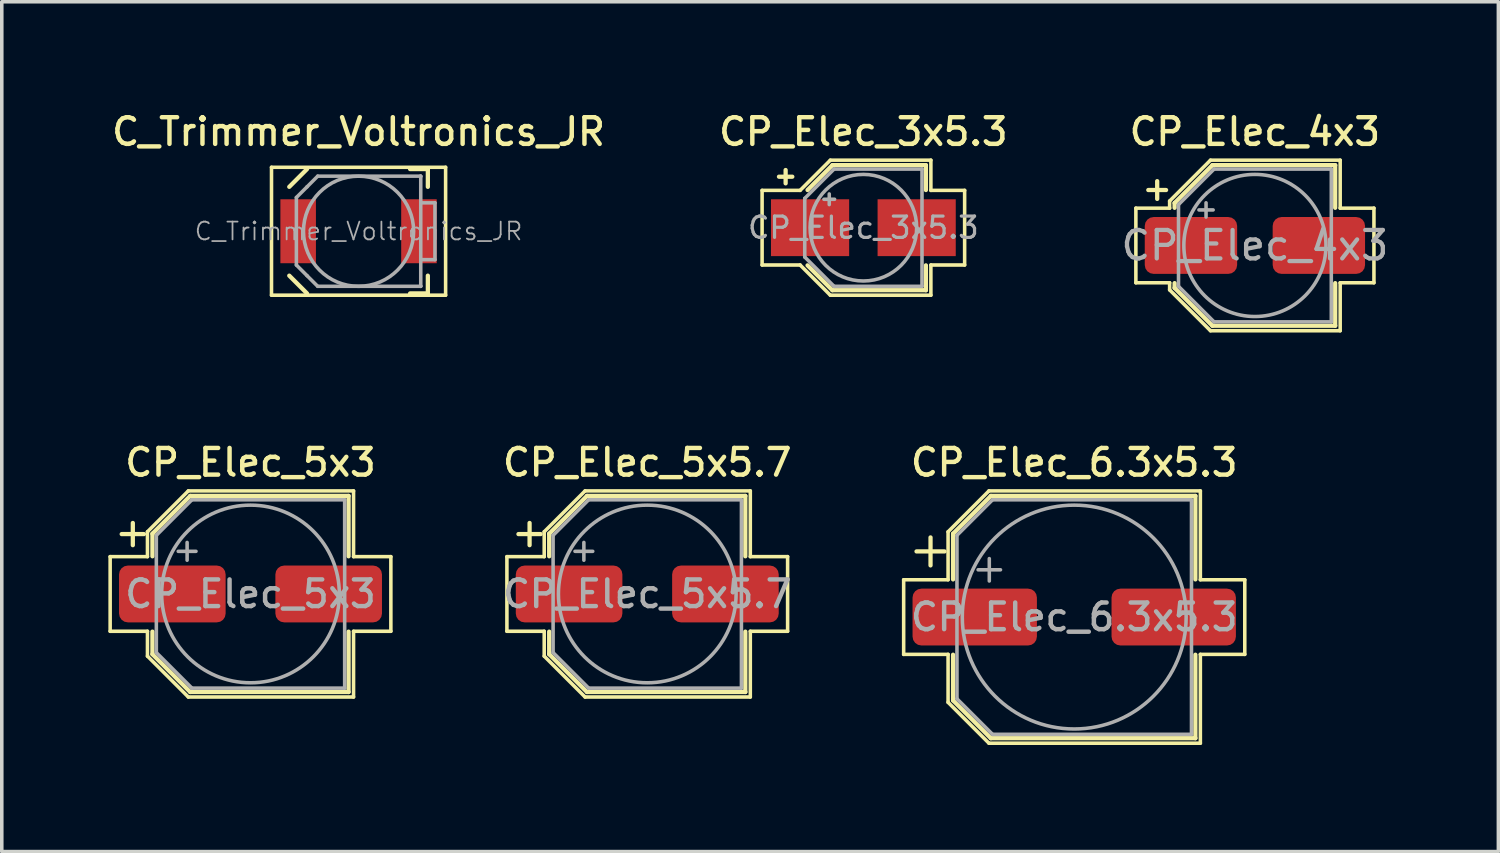
<source format=kicad_pcb>
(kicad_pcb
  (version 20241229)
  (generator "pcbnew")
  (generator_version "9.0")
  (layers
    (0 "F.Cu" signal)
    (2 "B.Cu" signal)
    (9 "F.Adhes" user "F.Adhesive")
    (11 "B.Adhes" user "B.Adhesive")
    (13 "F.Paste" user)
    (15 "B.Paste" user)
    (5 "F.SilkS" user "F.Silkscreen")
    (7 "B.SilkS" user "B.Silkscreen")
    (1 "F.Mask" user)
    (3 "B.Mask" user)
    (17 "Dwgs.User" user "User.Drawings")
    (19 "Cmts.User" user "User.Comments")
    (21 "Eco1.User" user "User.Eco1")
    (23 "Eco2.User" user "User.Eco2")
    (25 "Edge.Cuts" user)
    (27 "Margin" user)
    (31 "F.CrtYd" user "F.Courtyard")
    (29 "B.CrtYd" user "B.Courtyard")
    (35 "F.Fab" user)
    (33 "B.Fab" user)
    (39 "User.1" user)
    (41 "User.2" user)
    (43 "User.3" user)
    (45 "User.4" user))
  (footprint "CP_Elec_6.3x5.3"
    (layer "F.Cu")
    (at 27.182 14.316)
    (property "Reference" "CP_Elec_6.3x5.3" (at 0 -4.35 0) (layer "F.SilkS") (effects (font (size 0.75 0.75) (thickness 0.125))))
    (attr smd)
    (fp_line (start -4.8 -1.05) (end -4.8 1.05) (stroke (width 0.1) (type solid)) (layer "F.SilkS"))
    (fp_line (start -4.8 1.05) (end -3.55 1.05) (stroke (width 0.1) (type solid)) (layer "F.SilkS"))
    (fp_line (start -4.438 -1.847) (end -3.65 -1.847) (stroke (width 0.12) (type solid)) (layer "F.SilkS"))
    (fp_line (start -4.044 -2.241) (end -4.044 -1.454) (stroke (width 0.12) (type solid)) (layer "F.SilkS"))
    (fp_line (start -3.55 -2.4) (end -3.55 -1.05) (stroke (width 0.1) (type solid)) (layer "F.SilkS"))
    (fp_line (start -3.55 -2.4) (end -2.4 -3.55) (stroke (width 0.1) (type solid)) (layer "F.SilkS"))
    (fp_line (start -3.55 -1.05) (end -4.8 -1.05) (stroke (width 0.1) (type solid)) (layer "F.SilkS"))
    (fp_line (start -3.55 1.05) (end -3.55 2.4) (stroke (width 0.1) (type solid)) (layer "F.SilkS"))
    (fp_line (start -3.55 2.4) (end -2.4 3.55) (stroke (width 0.1) (type solid)) (layer "F.SilkS"))
    (fp_line (start -3.41 -2.346) (end -3.41 -1.06) (stroke (width 0.12) (type solid)) (layer "F.SilkS"))
    (fp_line (start -3.41 -2.346) (end -2.346 -3.41) (stroke (width 0.12) (type solid)) (layer "F.SilkS"))
    (fp_line (start -3.41 2.346) (end -3.41 1.06) (stroke (width 0.12) (type solid)) (layer "F.SilkS"))
    (fp_line (start -3.41 2.346) (end -2.346 3.41) (stroke (width 0.12) (type solid)) (layer "F.SilkS"))
    (fp_line (start -2.4 -3.55) (end 3.55 -3.55) (stroke (width 0.1) (type solid)) (layer "F.SilkS"))
    (fp_line (start -2.4 3.55) (end 3.55 3.55) (stroke (width 0.1) (type solid)) (layer "F.SilkS"))
    (fp_line (start -2.346 -3.41) (end 3.41 -3.41) (stroke (width 0.12) (type solid)) (layer "F.SilkS"))
    (fp_line (start -2.346 3.41) (end 3.41 3.41) (stroke (width 0.12) (type solid)) (layer "F.SilkS"))
    (fp_line (start 3.41 -3.41) (end 3.41 -1.06) (stroke (width 0.12) (type solid)) (layer "F.SilkS"))
    (fp_line (start 3.41 3.41) (end 3.41 1.06) (stroke (width 0.12) (type solid)) (layer "F.SilkS"))
    (fp_line (start 3.55 -3.55) (end 3.55 -1.05) (stroke (width 0.1) (type solid)) (layer "F.SilkS"))
    (fp_line (start 3.55 -1.05) (end 4.8 -1.05) (stroke (width 0.1) (type solid)) (layer "F.SilkS"))
    (fp_line (start 3.55 1.05) (end 3.55 3.55) (stroke (width 0.1) (type solid)) (layer "F.SilkS"))
    (fp_line (start 4.8 -1.05) (end 4.8 1.05) (stroke (width 0.1) (type solid)) (layer "F.SilkS"))
    (fp_line (start 4.8 1.05) (end 3.55 1.05) (stroke (width 0.1) (type solid)) (layer "F.SilkS"))
    (fp_line (start -3.3 -2.3) (end -3.3 2.3) (stroke (width 0.1) (type solid)) (layer "F.Fab"))
    (fp_line (start -3.3 -2.3) (end -2.3 -3.3) (stroke (width 0.1) (type solid)) (layer "F.Fab"))
    (fp_line (start -3.3 2.3) (end -2.3 3.3) (stroke (width 0.1) (type solid)) (layer "F.Fab"))
    (fp_line (start -2.705 -1.33) (end -2.075 -1.33) (stroke (width 0.1) (type solid)) (layer "F.Fab"))
    (fp_line (start -2.39 -1.645) (end -2.39 -1.015) (stroke (width 0.1) (type solid)) (layer "F.Fab"))
    (fp_line (start -2.3 -3.3) (end 3.3 -3.3) (stroke (width 0.1) (type solid)) (layer "F.Fab"))
    (fp_line (start -2.3 3.3) (end 3.3 3.3) (stroke (width 0.1) (type solid)) (layer "F.Fab"))
    (fp_line (start 3.3 -3.3) (end 3.3 3.3) (stroke (width 0.1) (type solid)) (layer "F.Fab"))
    (fp_circle (center 0 0) (end 3.15 0) (stroke (width 0.1) (type solid)) (fill no) (layer "F.Fab"))
    (fp_text user "${REFERENCE}" (at 0 0 0) (layer "F.Fab") (effects (font (size 0.75 0.75) (thickness 0.125))))
    (pad "1" smd roundrect (at -2.8 0) (size 3.5 1.6) (layers "F.Cu" "F.Mask" "F.Paste") (roundrect_rratio 0.156))
    (pad "2" smd roundrect (at 2.8 0) (size 3.5 1.6) (layers "F.Cu" "F.Mask" "F.Paste") (roundrect_rratio 0.156)))
  (footprint "CP_Elec_4x3"
    (layer "F.Cu")
    (at 32.267 3.858)
    (property "Reference" "CP_Elec_4x3" (at 0 -3.2 0) (layer "F.SilkS") (effects (font (size 0.75 0.75) (thickness 0.125))))
    (attr smd)
    (fp_line (start -3.35 -1.05) (end -3.35 1.05) (stroke (width 0.1) (type solid)) (layer "F.SilkS"))
    (fp_line (start -3.35 1.05) (end -2.4 1.05) (stroke (width 0.1) (type solid)) (layer "F.SilkS"))
    (fp_line (start -3 -1.56) (end -2.5 -1.56) (stroke (width 0.12) (type solid)) (layer "F.SilkS"))
    (fp_line (start -2.75 -1.81) (end -2.75 -1.31) (stroke (width 0.12) (type solid)) (layer "F.SilkS"))
    (fp_line (start -2.4 -1.25) (end -2.4 -1.05) (stroke (width 0.1) (type solid)) (layer "F.SilkS"))
    (fp_line (start -2.4 -1.25) (end -1.25 -2.4) (stroke (width 0.1) (type solid)) (layer "F.SilkS"))
    (fp_line (start -2.4 -1.05) (end -3.35 -1.05) (stroke (width 0.1) (type solid)) (layer "F.SilkS"))
    (fp_line (start -2.4 1.05) (end -2.4 1.25) (stroke (width 0.1) (type solid)) (layer "F.SilkS"))
    (fp_line (start -2.4 1.25) (end -1.25 2.4) (stroke (width 0.1) (type solid)) (layer "F.SilkS"))
    (fp_line (start -2.26 -1.196) (end -2.26 -1.06) (stroke (width 0.12) (type solid)) (layer "F.SilkS"))
    (fp_line (start -2.26 -1.196) (end -1.196 -2.26) (stroke (width 0.12) (type solid)) (layer "F.SilkS"))
    (fp_line (start -2.26 1.196) (end -2.26 1.06) (stroke (width 0.12) (type solid)) (layer "F.SilkS"))
    (fp_line (start -2.26 1.196) (end -1.196 2.26) (stroke (width 0.12) (type solid)) (layer "F.SilkS"))
    (fp_line (start -1.25 -2.4) (end 2.4 -2.4) (stroke (width 0.1) (type solid)) (layer "F.SilkS"))
    (fp_line (start -1.25 2.4) (end 2.4 2.4) (stroke (width 0.1) (type solid)) (layer "F.SilkS"))
    (fp_line (start -1.196 -2.26) (end 2.26 -2.26) (stroke (width 0.12) (type solid)) (layer "F.SilkS"))
    (fp_line (start -1.196 2.26) (end 2.26 2.26) (stroke (width 0.12) (type solid)) (layer "F.SilkS"))
    (fp_line (start 2.26 -2.26) (end 2.26 -1.06) (stroke (width 0.12) (type solid)) (layer "F.SilkS"))
    (fp_line (start 2.26 2.26) (end 2.26 1.06) (stroke (width 0.12) (type solid)) (layer "F.SilkS"))
    (fp_line (start 2.4 -2.4) (end 2.4 -1.05) (stroke (width 0.1) (type solid)) (layer "F.SilkS"))
    (fp_line (start 2.4 -1.05) (end 3.35 -1.05) (stroke (width 0.1) (type solid)) (layer "F.SilkS"))
    (fp_line (start 2.4 1.05) (end 2.4 2.4) (stroke (width 0.1) (type solid)) (layer "F.SilkS"))
    (fp_line (start 3.35 -1.05) (end 3.35 1.05) (stroke (width 0.1) (type solid)) (layer "F.SilkS"))
    (fp_line (start 3.35 1.05) (end 2.4 1.05) (stroke (width 0.1) (type solid)) (layer "F.SilkS"))
    (fp_line (start -2.15 -1.15) (end -2.15 1.15) (stroke (width 0.1) (type solid)) (layer "F.Fab"))
    (fp_line (start -2.15 -1.15) (end -1.15 -2.15) (stroke (width 0.1) (type solid)) (layer "F.Fab"))
    (fp_line (start -2.15 1.15) (end -1.15 2.15) (stroke (width 0.1) (type solid)) (layer "F.Fab"))
    (fp_line (start -1.575 -1) (end -1.175 -1) (stroke (width 0.1) (type solid)) (layer "F.Fab"))
    (fp_line (start -1.375 -1.2) (end -1.375 -0.8) (stroke (width 0.1) (type solid)) (layer "F.Fab"))
    (fp_line (start -1.15 -2.15) (end 2.15 -2.15) (stroke (width 0.1) (type solid)) (layer "F.Fab"))
    (fp_line (start -1.15 2.15) (end 2.15 2.15) (stroke (width 0.1) (type solid)) (layer "F.Fab"))
    (fp_line (start 2.15 -2.15) (end 2.15 2.15) (stroke (width 0.1) (type solid)) (layer "F.Fab"))
    (fp_circle (center 0 0) (end 2 0) (stroke (width 0.1) (type solid)) (fill no) (layer "F.Fab"))
    (fp_text user "${REFERENCE}" (at 0 0 0) (layer "F.Fab") (effects (font (size 0.8 0.8) (thickness 0.12))))
    (pad "1" smd roundrect (at -1.8 0) (size 2.6 1.6) (layers "F.Cu" "F.Mask" "F.Paste") (roundrect_rratio 0.156))
    (pad "2" smd roundrect (at 1.8 0) (size 2.6 1.6) (layers "F.Cu" "F.Mask" "F.Paste") (roundrect_rratio 0.156)))
  (footprint "CP_Elec_5x3"
    (layer "F.Cu")
    (at 4 13.666)
    (property "Reference" "CP_Elec_5x3" (at 0 -3.7 0) (layer "F.SilkS") (effects (font (size 0.75 0.75) (thickness 0.125))))
    (attr smd)
    (fp_line (start -3.95 -1.05) (end -3.95 1.05) (stroke (width 0.1) (type solid)) (layer "F.SilkS"))
    (fp_line (start -3.95 1.05) (end -2.9 1.05) (stroke (width 0.1) (type solid)) (layer "F.SilkS"))
    (fp_line (start -3.625 -1.685) (end -3 -1.685) (stroke (width 0.12) (type solid)) (layer "F.SilkS"))
    (fp_line (start -3.312 -1.998) (end -3.312 -1.373) (stroke (width 0.12) (type solid)) (layer "F.SilkS"))
    (fp_line (start -2.9 -1.75) (end -2.9 -1.05) (stroke (width 0.1) (type solid)) (layer "F.SilkS"))
    (fp_line (start -2.9 -1.75) (end -1.75 -2.9) (stroke (width 0.1) (type solid)) (layer "F.SilkS"))
    (fp_line (start -2.9 -1.05) (end -3.95 -1.05) (stroke (width 0.1) (type solid)) (layer "F.SilkS"))
    (fp_line (start -2.9 1.05) (end -2.9 1.75) (stroke (width 0.1) (type solid)) (layer "F.SilkS"))
    (fp_line (start -2.9 1.75) (end -1.75 2.9) (stroke (width 0.1) (type solid)) (layer "F.SilkS"))
    (fp_line (start -2.76 -1.696) (end -2.76 -1.06) (stroke (width 0.12) (type solid)) (layer "F.SilkS"))
    (fp_line (start -2.76 -1.696) (end -1.696 -2.76) (stroke (width 0.12) (type solid)) (layer "F.SilkS"))
    (fp_line (start -2.76 1.696) (end -2.76 1.06) (stroke (width 0.12) (type solid)) (layer "F.SilkS"))
    (fp_line (start -2.76 1.696) (end -1.696 2.76) (stroke (width 0.12) (type solid)) (layer "F.SilkS"))
    (fp_line (start -1.75 -2.9) (end 2.9 -2.9) (stroke (width 0.1) (type solid)) (layer "F.SilkS"))
    (fp_line (start -1.75 2.9) (end 2.9 2.9) (stroke (width 0.1) (type solid)) (layer "F.SilkS"))
    (fp_line (start -1.696 -2.76) (end 2.76 -2.76) (stroke (width 0.12) (type solid)) (layer "F.SilkS"))
    (fp_line (start -1.696 2.76) (end 2.76 2.76) (stroke (width 0.12) (type solid)) (layer "F.SilkS"))
    (fp_line (start 2.76 -2.76) (end 2.76 -1.06) (stroke (width 0.12) (type solid)) (layer "F.SilkS"))
    (fp_line (start 2.76 2.76) (end 2.76 1.06) (stroke (width 0.12) (type solid)) (layer "F.SilkS"))
    (fp_line (start 2.9 -2.9) (end 2.9 -1.05) (stroke (width 0.1) (type solid)) (layer "F.SilkS"))
    (fp_line (start 2.9 -1.05) (end 3.95 -1.05) (stroke (width 0.1) (type solid)) (layer "F.SilkS"))
    (fp_line (start 2.9 1.05) (end 2.9 2.9) (stroke (width 0.1) (type solid)) (layer "F.SilkS"))
    (fp_line (start 3.95 -1.05) (end 3.95 1.05) (stroke (width 0.1) (type solid)) (layer "F.SilkS"))
    (fp_line (start 3.95 1.05) (end 2.9 1.05) (stroke (width 0.1) (type solid)) (layer "F.SilkS"))
    (fp_line (start -2.65 -1.65) (end -2.65 1.65) (stroke (width 0.1) (type solid)) (layer "F.Fab"))
    (fp_line (start -2.65 -1.65) (end -1.65 -2.65) (stroke (width 0.1) (type solid)) (layer "F.Fab"))
    (fp_line (start -2.65 1.65) (end -1.65 2.65) (stroke (width 0.1) (type solid)) (layer "F.Fab"))
    (fp_line (start -2.034 -1.2) (end -1.534 -1.2) (stroke (width 0.1) (type solid)) (layer "F.Fab"))
    (fp_line (start -1.784 -1.45) (end -1.784 -0.95) (stroke (width 0.1) (type solid)) (layer "F.Fab"))
    (fp_line (start -1.65 -2.65) (end 2.65 -2.65) (stroke (width 0.1) (type solid)) (layer "F.Fab"))
    (fp_line (start -1.65 2.65) (end 2.65 2.65) (stroke (width 0.1) (type solid)) (layer "F.Fab"))
    (fp_line (start 2.65 -2.65) (end 2.65 2.65) (stroke (width 0.1) (type solid)) (layer "F.Fab"))
    (fp_circle (center 0 0) (end 2.5 0) (stroke (width 0.1) (type solid)) (fill no) (layer "F.Fab"))
    (fp_text user "${REFERENCE}" (at 0 0 0) (layer "F.Fab") (effects (font (size 0.75 0.75) (thickness 0.125))))
    (pad "1" smd roundrect (at -2.2 0) (size 3 1.6) (layers "F.Cu" "F.Mask" "F.Paste") (roundrect_rratio 0.156))
    (pad "2" smd roundrect (at 2.2 0) (size 3 1.6) (layers "F.Cu" "F.Mask" "F.Paste") (roundrect_rratio 0.156)))
  (footprint "CP_Elec_5x5.7"
    (layer "F.Cu")
    (at 15.166 13.666)
    (property "Reference" "CP_Elec_5x5.7" (at 0 -3.7 0) (layer "F.SilkS") (effects (font (size 0.75 0.75) (thickness 0.125))))
    (attr smd)
    (fp_line (start -3.95 -1.05) (end -3.95 1.05) (stroke (width 0.1) (type solid)) (layer "F.SilkS"))
    (fp_line (start -3.95 1.05) (end -2.9 1.05) (stroke (width 0.1) (type solid)) (layer "F.SilkS"))
    (fp_line (start -3.625 -1.685) (end -3 -1.685) (stroke (width 0.12) (type solid)) (layer "F.SilkS"))
    (fp_line (start -3.312 -1.998) (end -3.312 -1.373) (stroke (width 0.12) (type solid)) (layer "F.SilkS"))
    (fp_line (start -2.9 -1.75) (end -2.9 -1.05) (stroke (width 0.1) (type solid)) (layer "F.SilkS"))
    (fp_line (start -2.9 -1.75) (end -1.75 -2.9) (stroke (width 0.1) (type solid)) (layer "F.SilkS"))
    (fp_line (start -2.9 -1.05) (end -3.95 -1.05) (stroke (width 0.1) (type solid)) (layer "F.SilkS"))
    (fp_line (start -2.9 1.05) (end -2.9 1.75) (stroke (width 0.1) (type solid)) (layer "F.SilkS"))
    (fp_line (start -2.9 1.75) (end -1.75 2.9) (stroke (width 0.1) (type solid)) (layer "F.SilkS"))
    (fp_line (start -2.76 -1.696) (end -2.76 -1.06) (stroke (width 0.12) (type solid)) (layer "F.SilkS"))
    (fp_line (start -2.76 -1.696) (end -1.696 -2.76) (stroke (width 0.12) (type solid)) (layer "F.SilkS"))
    (fp_line (start -2.76 1.696) (end -2.76 1.06) (stroke (width 0.12) (type solid)) (layer "F.SilkS"))
    (fp_line (start -2.76 1.696) (end -1.696 2.76) (stroke (width 0.12) (type solid)) (layer "F.SilkS"))
    (fp_line (start -1.75 -2.9) (end 2.9 -2.9) (stroke (width 0.1) (type solid)) (layer "F.SilkS"))
    (fp_line (start -1.75 2.9) (end 2.9 2.9) (stroke (width 0.1) (type solid)) (layer "F.SilkS"))
    (fp_line (start -1.696 -2.76) (end 2.76 -2.76) (stroke (width 0.12) (type solid)) (layer "F.SilkS"))
    (fp_line (start -1.696 2.76) (end 2.76 2.76) (stroke (width 0.12) (type solid)) (layer "F.SilkS"))
    (fp_line (start 2.76 -2.76) (end 2.76 -1.06) (stroke (width 0.12) (type solid)) (layer "F.SilkS"))
    (fp_line (start 2.76 2.76) (end 2.76 1.06) (stroke (width 0.12) (type solid)) (layer "F.SilkS"))
    (fp_line (start 2.9 -2.9) (end 2.9 -1.05) (stroke (width 0.1) (type solid)) (layer "F.SilkS"))
    (fp_line (start 2.9 -1.05) (end 3.95 -1.05) (stroke (width 0.1) (type solid)) (layer "F.SilkS"))
    (fp_line (start 2.9 1.05) (end 2.9 2.9) (stroke (width 0.1) (type solid)) (layer "F.SilkS"))
    (fp_line (start 3.95 -1.05) (end 3.95 1.05) (stroke (width 0.1) (type solid)) (layer "F.SilkS"))
    (fp_line (start 3.95 1.05) (end 2.9 1.05) (stroke (width 0.1) (type solid)) (layer "F.SilkS"))
    (fp_line (start -2.65 -1.65) (end -2.65 1.65) (stroke (width 0.1) (type solid)) (layer "F.Fab"))
    (fp_line (start -2.65 -1.65) (end -1.65 -2.65) (stroke (width 0.1) (type solid)) (layer "F.Fab"))
    (fp_line (start -2.65 1.65) (end -1.65 2.65) (stroke (width 0.1) (type solid)) (layer "F.Fab"))
    (fp_line (start -2.034 -1.2) (end -1.534 -1.2) (stroke (width 0.1) (type solid)) (layer "F.Fab"))
    (fp_line (start -1.784 -1.45) (end -1.784 -0.95) (stroke (width 0.1) (type solid)) (layer "F.Fab"))
    (fp_line (start -1.65 -2.65) (end 2.65 -2.65) (stroke (width 0.1) (type solid)) (layer "F.Fab"))
    (fp_line (start -1.65 2.65) (end 2.65 2.65) (stroke (width 0.1) (type solid)) (layer "F.Fab"))
    (fp_line (start 2.65 -2.65) (end 2.65 2.65) (stroke (width 0.1) (type solid)) (layer "F.Fab"))
    (fp_circle (center 0 0) (end 2.5 0) (stroke (width 0.1) (type solid)) (fill no) (layer "F.Fab"))
    (fp_text user "${REFERENCE}" (at 0 0 0) (layer "F.Fab") (effects (font (size 0.75 0.75) (thickness 0.125))))
    (pad "1" smd roundrect (at -2.2 0) (size 3 1.6) (layers "F.Cu" "F.Mask" "F.Paste") (roundrect_rratio 0.156))
    (pad "2" smd roundrect (at 2.2 0) (size 3 1.6) (layers "F.Cu" "F.Mask" "F.Paste") (roundrect_rratio 0.156)))
  (footprint "CP_Elec_3x5.3"
    (layer "F.Cu")
    (at 21.248 3.358)
    (property "Reference" "CP_Elec_3x5.3" (at 0 -2.7 0) (layer "F.SilkS") (effects (font (size 0.75 0.75) (thickness 0.125))))
    (attr smd)
    (fp_line (start -2.85 -1.05) (end -2.85 1.05) (stroke (width 0.1) (type solid)) (layer "F.SilkS"))
    (fp_line (start -2.85 1.05) (end -1.78 1.05) (stroke (width 0.1) (type solid)) (layer "F.SilkS"))
    (fp_line (start -2.375 -1.435) (end -2 -1.435) (stroke (width 0.12) (type solid)) (layer "F.SilkS"))
    (fp_line (start -2.188 -1.623) (end -2.188 -1.248) (stroke (width 0.12) (type solid)) (layer "F.SilkS"))
    (fp_line (start -1.78 -1.05) (end -2.85 -1.05) (stroke (width 0.1) (type solid)) (layer "F.SilkS"))
    (fp_line (start -1.78 -1.05) (end -0.93 -1.9) (stroke (width 0.1) (type solid)) (layer "F.SilkS"))
    (fp_line (start -1.78 1.05) (end -0.93 1.9) (stroke (width 0.1) (type solid)) (layer "F.SilkS"))
    (fp_line (start -1.571 -1.06) (end -0.871 -1.76) (stroke (width 0.12) (type solid)) (layer "F.SilkS"))
    (fp_line (start -1.571 1.06) (end -0.871 1.76) (stroke (width 0.12) (type solid)) (layer "F.SilkS"))
    (fp_line (start -0.93 -1.9) (end 1.9 -1.9) (stroke (width 0.1) (type solid)) (layer "F.SilkS"))
    (fp_line (start -0.93 1.9) (end 1.9 1.9) (stroke (width 0.1) (type solid)) (layer "F.SilkS"))
    (fp_line (start -0.871 -1.76) (end 1.76 -1.76) (stroke (width 0.12) (type solid)) (layer "F.SilkS"))
    (fp_line (start -0.871 1.76) (end 1.76 1.76) (stroke (width 0.12) (type solid)) (layer "F.SilkS"))
    (fp_line (start 1.76 -1.76) (end 1.76 -1.06) (stroke (width 0.12) (type solid)) (layer "F.SilkS"))
    (fp_line (start 1.76 1.76) (end 1.76 1.06) (stroke (width 0.12) (type solid)) (layer "F.SilkS"))
    (fp_line (start 1.9 -1.9) (end 1.9 -1.05) (stroke (width 0.1) (type solid)) (layer "F.SilkS"))
    (fp_line (start 1.9 -1.05) (end 2.85 -1.05) (stroke (width 0.1) (type solid)) (layer "F.SilkS"))
    (fp_line (start 1.9 1.05) (end 1.9 1.9) (stroke (width 0.1) (type solid)) (layer "F.SilkS"))
    (fp_line (start 2.85 -1.05) (end 2.85 1.05) (stroke (width 0.1) (type solid)) (layer "F.SilkS"))
    (fp_line (start 2.85 1.05) (end 1.9 1.05) (stroke (width 0.1) (type solid)) (layer "F.SilkS"))
    (fp_line (start -1.65 -0.825) (end -1.65 0.825) (stroke (width 0.1) (type solid)) (layer "F.Fab"))
    (fp_line (start -1.65 -0.825) (end -0.825 -1.65) (stroke (width 0.1) (type solid)) (layer "F.Fab"))
    (fp_line (start -1.65 0.825) (end -0.825 1.65) (stroke (width 0.1) (type solid)) (layer "F.Fab"))
    (fp_line (start -1.11 -0.8) (end -0.81 -0.8) (stroke (width 0.1) (type solid)) (layer "F.Fab"))
    (fp_line (start -0.96 -0.95) (end -0.96 -0.65) (stroke (width 0.1) (type solid)) (layer "F.Fab"))
    (fp_line (start -0.825 -1.65) (end 1.65 -1.65) (stroke (width 0.1) (type solid)) (layer "F.Fab"))
    (fp_line (start -0.825 1.65) (end 1.65 1.65) (stroke (width 0.1) (type solid)) (layer "F.Fab"))
    (fp_line (start 1.65 -1.65) (end 1.65 1.65) (stroke (width 0.1) (type solid)) (layer "F.Fab"))
    (fp_circle (center 0 0) (end 1.5 0) (stroke (width 0.1) (type solid)) (fill no) (layer "F.Fab"))
    (fp_text user "${REFERENCE}" (at 0 0 0) (layer "F.Fab") (effects (font (size 0.6 0.6) (thickness 0.09))))
    (pad "1" smd rect (at -1.5 0) (size 2.2 1.6) (layers "F.Cu" "F.Mask" "F.Paste"))
    (pad "2" smd rect (at 1.5 0) (size 2.2 1.6) (layers "F.Cu" "F.Mask" "F.Paste")))
  (footprint "C_Trimmer_Voltronics_JR"
    (layer "F.Cu")
    (at 7.041 3.458)
    (property "Reference" "C_Trimmer_Voltronics_JR" (at 0 -2.8 0) (layer "F.SilkS") (effects (font (size 0.75 0.75) (thickness 0.125))))
    (attr smd)
    (fp_line (start -2.45 -1.8) (end -2.45 1.8) (stroke (width 0.1) (type solid)) (layer "F.SilkS"))
    (fp_line (start -2.45 1.8) (end 2.45 1.8) (stroke (width 0.1) (type solid)) (layer "F.SilkS"))
    (fp_line (start -1.95 -1.25) (end -1.45 -1.75) (stroke (width 0.12) (type solid)) (layer "F.SilkS"))
    (fp_line (start -1.95 1.25) (end -1.45 1.75) (stroke (width 0.12) (type solid)) (layer "F.SilkS"))
    (fp_line (start 1.95 -1.75) (end 1.45 -1.75) (stroke (width 0.12) (type solid)) (layer "F.SilkS"))
    (fp_line (start 1.95 -1.75) (end 1.95 -1.25) (stroke (width 0.12) (type solid)) (layer "F.SilkS"))
    (fp_line (start 1.95 1.75) (end 1.45 1.75) (stroke (width 0.12) (type solid)) (layer "F.SilkS"))
    (fp_line (start 1.95 1.75) (end 1.95 1.25) (stroke (width 0.12) (type solid)) (layer "F.SilkS"))
    (fp_line (start 2.45 -1.8) (end -2.45 -1.8) (stroke (width 0.1) (type solid)) (layer "F.SilkS"))
    (fp_line (start 2.45 1.8) (end 2.45 -1.8) (stroke (width 0.1) (type solid)) (layer "F.SilkS"))
    (fp_line (start -1.75 -0.95) (end -1.45 -1.25) (stroke (width 0.1) (type solid)) (layer "F.Fab"))
    (fp_line (start -1.75 0.95) (end -1.75 -0.95) (stroke (width 0.1) (type solid)) (layer "F.Fab"))
    (fp_line (start -1.45 -1.25) (end -1.15 -1.55) (stroke (width 0.1) (type solid)) (layer "F.Fab"))
    (fp_line (start -1.45 1.25) (end -1.75 0.95) (stroke (width 0.1) (type solid)) (layer "F.Fab"))
    (fp_line (start -1.15 -1.55) (end 1.74 -1.55) (stroke (width 0.1) (type solid)) (layer "F.Fab"))
    (fp_line (start -1.15 1.55) (end -1.45 1.25) (stroke (width 0.1) (type solid)) (layer "F.Fab"))
    (fp_line (start 1.74 -1.55) (end 1.75 -1.55) (stroke (width 0.1) (type solid)) (layer "F.Fab"))
    (fp_line (start 1.74 1.55) (end -1.15 1.55) (stroke (width 0.1) (type solid)) (layer "F.Fab"))
    (fp_line (start 1.75 -1.55) (end 1.75 -1.54) (stroke (width 0.1) (type solid)) (layer "F.Fab"))
    (fp_line (start 1.75 -1.54) (end 1.75 1.54) (stroke (width 0.1) (type solid)) (layer "F.Fab"))
    (fp_line (start 1.75 -0.8) (end 2.15 -0.8) (stroke (width 0.1) (type solid)) (layer "F.Fab"))
    (fp_line (start 1.75 1.54) (end 1.75 1.55) (stroke (width 0.1) (type solid)) (layer "F.Fab"))
    (fp_line (start 1.75 1.55) (end 1.74 1.55) (stroke (width 0.1) (type solid)) (layer "F.Fab"))
    (fp_line (start 2.15 -0.8) (end 2.15 0.8) (stroke (width 0.1) (type solid)) (layer "F.Fab"))
    (fp_line (start 2.15 0.8) (end 1.75 0.8) (stroke (width 0.1) (type solid)) (layer "F.Fab"))
    (fp_circle (center 0 0) (end 1.55 0) (stroke (width 0.1) (type solid)) (fill no) (layer "F.Fab"))
    (fp_text user "${REFERENCE}" (at 0 0 0) (layer "F.Fab") (effects (font (size 0.5 0.5) (thickness 0.05))))
    (pad "1" smd rect (at -1.7 0) (size 1 1.8) (layers "F.Cu" "F.Mask" "F.Paste"))
    (pad "2" smd rect (at 1.7 0) (size 1 1.8) (layers "F.Cu" "F.Mask" "F.Paste")))
  (gr_rect
    (start -3 -3)
    (end 39.119 20.916)
    (stroke (width 0.1) (type default))
    (fill no)
    (layer "Edge.Cuts")))
</source>
